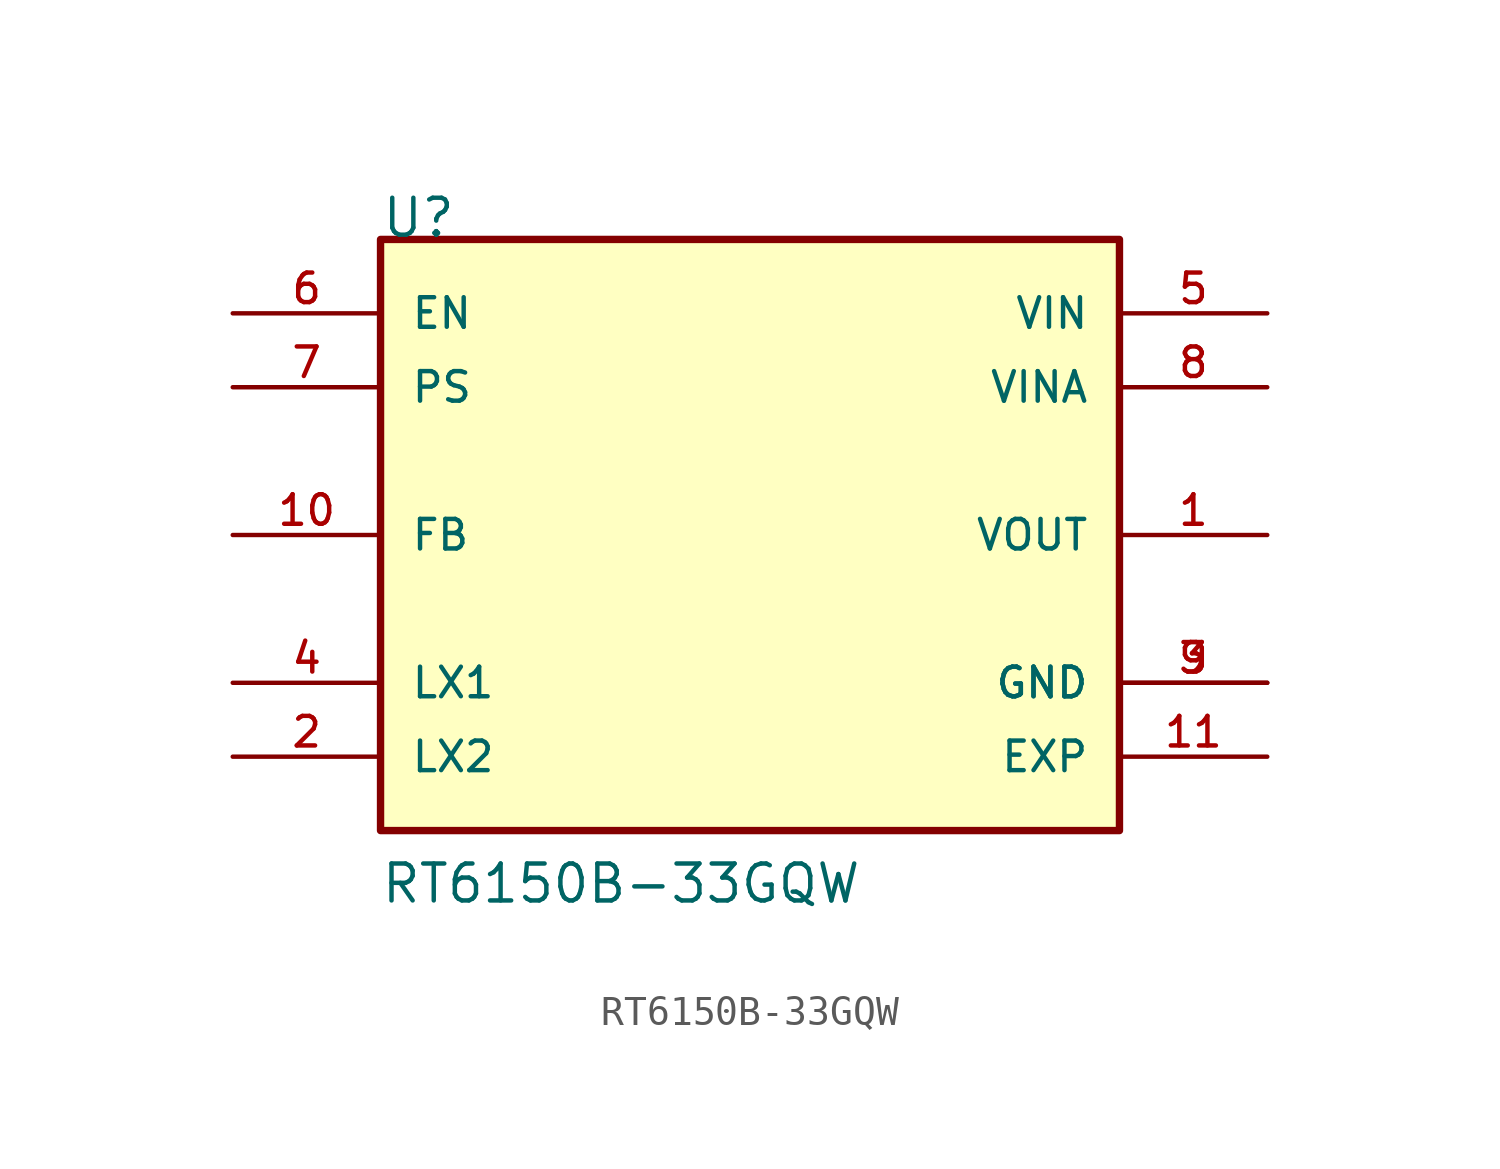
<source format=kicad_sym>
(kicad_symbol_lib
  (version 20211014)
  (generator kicad_symbol_editor)
  (symbol "RT6150B-33GQW"
    (pin_names
      (offset 1.016))
    (property "Reference" "U"
      (at -12.7 10.16 0)
      (effects (font (size 1.27 1.27)) (justify left bottom)))
    (property "Value" "RT6150B-33GQW"
      (at -12.725 -12.725 0)
      (effects (font (size 1.27 1.27)) (justify left bottom)))
    (property "ki_locked" ""
      (at 0 0 0)
      (effects (font (size 1.27 1.27))))
    (symbol "RT6150B-33GQW_0_0"
      (rectangle (start -12.7 -10.16) (end 12.7 10.16) (stroke (width 0.254) (type default) (color 0 0 0 0)) (fill (type background)))
      (pin output line (at 17.78 0 180) (length 5.08) (name "VOUT" (effects (font (size 1.016 1.016)))) (number "1" (effects (font (size 1.016 1.016)))))
      (pin input line (at -17.78 0 0) (length 5.08) (name "FB" (effects (font (size 1.016 1.016)))) (number "10" (effects (font (size 1.016 1.016)))))
      (pin passive line (at 17.78 -7.62 180) (length 5.08) (name "EXP" (effects (font (size 1.016 1.016)))) (number "11" (effects (font (size 1.016 1.016)))))
      (pin passive line (at -17.78 -7.62 0) (length 5.08) (name "LX2" (effects (font (size 1.016 1.016)))) (number "2" (effects (font (size 1.016 1.016)))))
      (pin power_in line (at 17.78 -5.08 180) (length 5.08) (name "GND" (effects (font (size 1.016 1.016)))) (number "3" (effects (font (size 1.016 1.016)))))
      (pin passive line (at -17.78 -5.08 0) (length 5.08) (name "LX1" (effects (font (size 1.016 1.016)))) (number "4" (effects (font (size 1.016 1.016)))))
      (pin power_in line (at 17.78 7.62 180) (length 5.08) (name "VIN" (effects (font (size 1.016 1.016)))) (number "5" (effects (font (size 1.016 1.016)))))
      (pin input line (at -17.78 7.62 0) (length 5.08) (name "EN" (effects (font (size 1.016 1.016)))) (number "6" (effects (font (size 1.016 1.016)))))
      (pin input line (at -17.78 5.08 0) (length 5.08) (name "PS" (effects (font (size 1.016 1.016)))) (number "7" (effects (font (size 1.016 1.016)))))
      (pin power_in line (at 17.78 5.08 180) (length 5.08) (name "VINA" (effects (font (size 1.016 1.016)))) (number "8" (effects (font (size 1.016 1.016)))))
      (pin power_in line (at 17.78 -5.08 180) (length 5.08) (name "GND" (effects (font (size 1.016 1.016)))) (number "9" (effects (font (size 1.016 1.016))))))))
</source>
